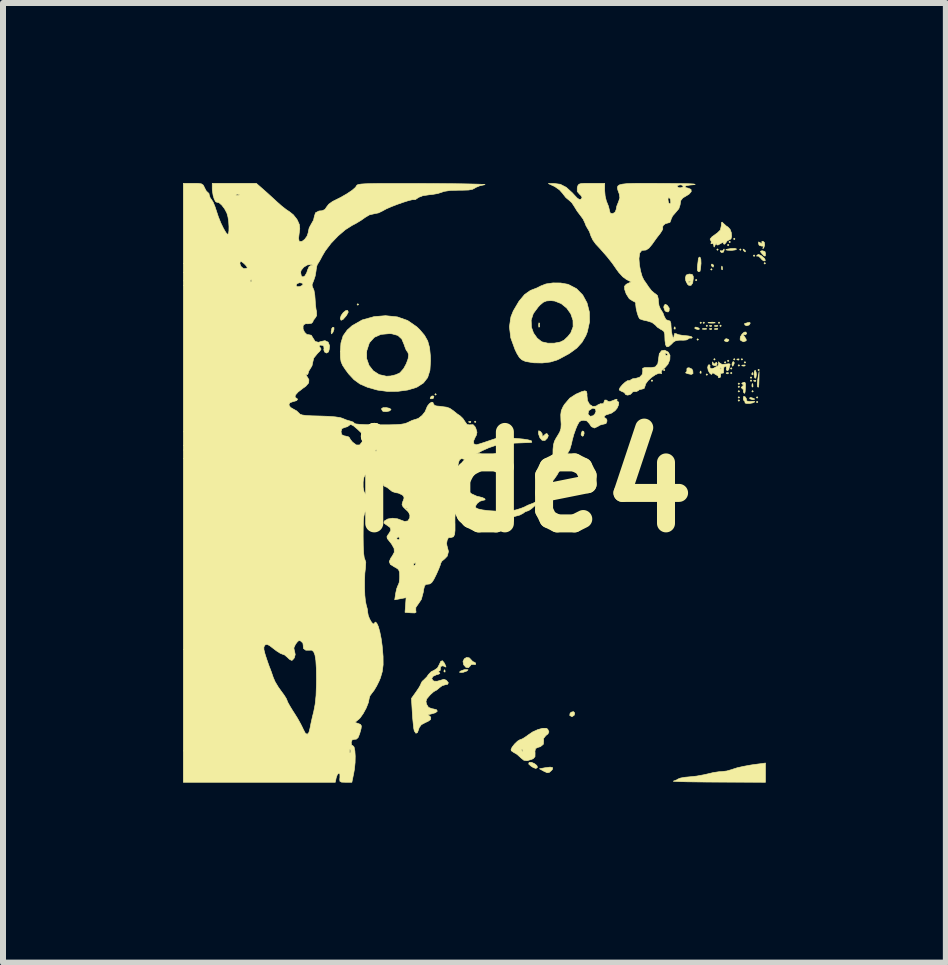
<source format=kicad_pcb>
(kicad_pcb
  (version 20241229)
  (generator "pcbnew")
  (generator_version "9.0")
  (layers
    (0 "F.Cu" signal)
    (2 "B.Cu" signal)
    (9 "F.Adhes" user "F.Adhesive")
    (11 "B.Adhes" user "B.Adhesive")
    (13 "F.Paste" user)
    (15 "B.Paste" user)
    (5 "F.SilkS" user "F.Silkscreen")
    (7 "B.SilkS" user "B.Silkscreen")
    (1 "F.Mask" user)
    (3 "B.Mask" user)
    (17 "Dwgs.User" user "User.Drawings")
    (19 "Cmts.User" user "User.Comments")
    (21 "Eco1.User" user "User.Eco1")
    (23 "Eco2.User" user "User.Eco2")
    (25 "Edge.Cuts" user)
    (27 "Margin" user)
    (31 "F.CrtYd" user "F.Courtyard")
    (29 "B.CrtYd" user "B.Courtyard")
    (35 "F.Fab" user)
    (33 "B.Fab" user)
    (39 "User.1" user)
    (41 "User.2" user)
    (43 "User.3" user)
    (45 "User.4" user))
  (footprint "wilde4"
    (layer "F.Cu")
    (at 4.856 4.983)
    (property "Reference" "wilde4" (at 0 0 0) (layer "F.SilkS") (effects (font (size 1.524 1.524) (thickness 0.3))))
    (attr through_hole)
    (fp_poly (pts (xy -1.93 -2.959) (xy -1.943 -2.946) (xy -1.956 -2.959) (xy -1.943 -2.972) (xy -1.93 -2.959)) (stroke (width 0.01) (type solid)) (fill yes) (layer "F.SilkS"))
    (fp_poly (pts (xy -0.635 -1.46) (xy -0.648 -1.448) (xy -0.66 -1.46) (xy -0.648 -1.473) (xy -0.635 -1.46)) (stroke (width 0.01) (type solid)) (fill yes) (layer "F.SilkS"))
    (fp_poly (pts (xy 0.025 -1.003) (xy 0.013 -0.991) (xy 0 -1.003) (xy 0.013 -1.016) (xy 0.025 -1.003)) (stroke (width 0.01) (type solid)) (fill yes) (layer "F.SilkS"))
    (fp_poly (pts (xy 1.143 0.14) (xy 1.13 0.152) (xy 1.118 0.14) (xy 1.13 0.127) (xy 1.143 0.14)) (stroke (width 0.01) (type solid)) (fill yes) (layer "F.SilkS"))
    (fp_poly (pts (xy 2.972 -1.689) (xy 2.959 -1.676) (xy 2.946 -1.689) (xy 2.959 -1.702) (xy 2.972 -1.689)) (stroke (width 0.01) (type solid)) (fill yes) (layer "F.SilkS"))
    (fp_poly (pts (xy 3.175 -1.867) (xy 3.162 -1.854) (xy 3.15 -1.867) (xy 3.162 -1.88) (xy 3.175 -1.867)) (stroke (width 0.01) (type solid)) (fill yes) (layer "F.SilkS"))
    (fp_poly (pts (xy 3.708 -3.365) (xy 3.696 -3.353) (xy 3.683 -3.365) (xy 3.696 -3.378) (xy 3.708 -3.365)) (stroke (width 0.01) (type solid)) (fill yes) (layer "F.SilkS"))
    (fp_poly (pts (xy 3.734 -2.375) (xy 3.721 -2.362) (xy 3.708 -2.375) (xy 3.721 -2.388) (xy 3.734 -2.375)) (stroke (width 0.01) (type solid)) (fill yes) (layer "F.SilkS"))
    (fp_poly (pts (xy 3.785 -2.654) (xy 3.772 -2.642) (xy 3.759 -2.654) (xy 3.772 -2.667) (xy 3.785 -2.654)) (stroke (width 0.01) (type solid)) (fill yes) (layer "F.SilkS"))
    (fp_poly (pts (xy 3.835 -2.654) (xy 3.823 -2.642) (xy 3.81 -2.654) (xy 3.823 -2.667) (xy 3.835 -2.654)) (stroke (width 0.01) (type solid)) (fill yes) (layer "F.SilkS"))
    (fp_poly (pts (xy 3.886 -2.603) (xy 3.873 -2.591) (xy 3.861 -2.603) (xy 3.873 -2.616) (xy 3.886 -2.603)) (stroke (width 0.01) (type solid)) (fill yes) (layer "F.SilkS"))
    (fp_poly (pts (xy 3.886 -1.791) (xy 3.873 -1.778) (xy 3.861 -1.791) (xy 3.873 -1.803) (xy 3.886 -1.791)) (stroke (width 0.01) (type solid)) (fill yes) (layer "F.SilkS"))
    (fp_poly (pts (xy 3.962 -3.543) (xy 3.95 -3.531) (xy 3.937 -3.543) (xy 3.95 -3.556) (xy 3.962 -3.543)) (stroke (width 0.01) (type solid)) (fill yes) (layer "F.SilkS"))
    (fp_poly (pts (xy 4.013 -2.045) (xy 4 -2.032) (xy 3.988 -2.045) (xy 4 -2.057) (xy 4.013 -2.045)) (stroke (width 0.01) (type solid)) (fill yes) (layer "F.SilkS"))
    (fp_poly (pts (xy 4.064 -3.873) (xy 4.051 -3.861) (xy 4.039 -3.873) (xy 4.051 -3.886) (xy 4.064 -3.873)) (stroke (width 0.01) (type solid)) (fill yes) (layer "F.SilkS"))
    (fp_poly (pts (xy 4.089 -2.654) (xy 4.077 -2.642) (xy 4.064 -2.654) (xy 4.077 -2.667) (xy 4.089 -2.654)) (stroke (width 0.01) (type solid)) (fill yes) (layer "F.SilkS"))
    (fp_poly (pts (xy 4.115 -2.603) (xy 4.102 -2.591) (xy 4.089 -2.603) (xy 4.102 -2.616) (xy 4.115 -2.603)) (stroke (width 0.01) (type solid)) (fill yes) (layer "F.SilkS"))
    (fp_poly (pts (xy 4.191 -1.994) (xy 4.178 -1.981) (xy 4.166 -1.994) (xy 4.178 -2.007) (xy 4.191 -1.994)) (stroke (width 0.01) (type solid)) (fill yes) (layer "F.SilkS"))
    (fp_poly (pts (xy 4.242 -3.95) (xy 4.229 -3.937) (xy 4.216 -3.95) (xy 4.229 -3.962) (xy 4.242 -3.95)) (stroke (width 0.01) (type solid)) (fill yes) (layer "F.SilkS"))
    (fp_poly (pts (xy 4.242 -2.019) (xy 4.229 -2.007) (xy 4.216 -2.019) (xy 4.229 -2.032) (xy 4.242 -2.019)) (stroke (width 0.01) (type solid)) (fill yes) (layer "F.SilkS"))
    (fp_poly (pts (xy 4.267 -4) (xy 4.255 -3.988) (xy 4.242 -4) (xy 4.255 -4.013) (xy 4.267 -4)) (stroke (width 0.01) (type solid)) (fill yes) (layer "F.SilkS"))
    (fp_poly (pts (xy 4.293 -1.892) (xy 4.28 -1.88) (xy 4.267 -1.892) (xy 4.28 -1.905) (xy 4.293 -1.892)) (stroke (width 0.01) (type solid)) (fill yes) (layer "F.SilkS"))
    (fp_poly (pts (xy 4.293 -1.816) (xy 4.28 -1.803) (xy 4.267 -1.816) (xy 4.28 -1.829) (xy 4.293 -1.816)) (stroke (width 0.01) (type solid)) (fill yes) (layer "F.SilkS"))
    (fp_poly (pts (xy 4.343 -4.051) (xy 4.331 -4.039) (xy 4.318 -4.051) (xy 4.331 -4.064) (xy 4.343 -4.051)) (stroke (width 0.01) (type solid)) (fill yes) (layer "F.SilkS"))
    (fp_poly (pts (xy 4.343 -2.045) (xy 4.331 -2.032) (xy 4.318 -2.045) (xy 4.331 -2.057) (xy 4.343 -2.045)) (stroke (width 0.01) (type solid)) (fill yes) (layer "F.SilkS"))
    (fp_poly (pts (xy 4.42 -1.943) (xy 4.407 -1.93) (xy 4.394 -1.943) (xy 4.407 -1.956) (xy 4.42 -1.943)) (stroke (width 0.01) (type solid)) (fill yes) (layer "F.SilkS"))
    (fp_poly (pts (xy 4.42 -1.638) (xy 4.407 -1.626) (xy 4.394 -1.638) (xy 4.407 -1.651) (xy 4.42 -1.638)) (stroke (width 0.01) (type solid)) (fill yes) (layer "F.SilkS"))
    (fp_poly (pts (xy 4.42 -1.587) (xy 4.407 -1.575) (xy 4.394 -1.587) (xy 4.407 -1.6) (xy 4.42 -1.587)) (stroke (width 0.01) (type solid)) (fill yes) (layer "F.SilkS"))
    (fp_poly (pts (xy 4.42 -1.511) (xy 4.407 -1.499) (xy 4.394 -1.511) (xy 4.407 -1.524) (xy 4.42 -1.511)) (stroke (width 0.01) (type solid)) (fill yes) (layer "F.SilkS"))
    (fp_poly (pts (xy 4.42 -1.41) (xy 4.407 -1.397) (xy 4.394 -1.41) (xy 4.407 -1.422) (xy 4.42 -1.41)) (stroke (width 0.01) (type solid)) (fill yes) (layer "F.SilkS"))
    (fp_poly (pts (xy 4.42 -1.359) (xy 4.407 -1.346) (xy 4.394 -1.359) (xy 4.407 -1.372) (xy 4.42 -1.359)) (stroke (width 0.01) (type solid)) (fill yes) (layer "F.SilkS"))
    (fp_poly (pts (xy 4.445 -3.873) (xy 4.432 -3.861) (xy 4.42 -3.873) (xy 4.432 -3.886) (xy 4.445 -3.873)) (stroke (width 0.01) (type solid)) (fill yes) (layer "F.SilkS"))
    (fp_poly (pts (xy 4.47 -2.045) (xy 4.458 -2.032) (xy 4.445 -2.045) (xy 4.458 -2.057) (xy 4.47 -2.045)) (stroke (width 0.01) (type solid)) (fill yes) (layer "F.SilkS"))
    (fp_poly (pts (xy 4.521 -1.994) (xy 4.508 -1.981) (xy 4.496 -1.994) (xy 4.508 -2.007) (xy 4.521 -1.994)) (stroke (width 0.01) (type solid)) (fill yes) (layer "F.SilkS"))
    (fp_poly (pts (xy 4.623 -1.74) (xy 4.61 -1.727) (xy 4.597 -1.74) (xy 4.61 -1.753) (xy 4.623 -1.74)) (stroke (width 0.01) (type solid)) (fill yes) (layer "F.SilkS"))
    (fp_poly (pts (xy 4.623 -1.689) (xy 4.61 -1.676) (xy 4.597 -1.689) (xy 4.61 -1.702) (xy 4.623 -1.689)) (stroke (width 0.01) (type solid)) (fill yes) (layer "F.SilkS"))
    (fp_poly (pts (xy 4.648 -1.511) (xy 4.636 -1.499) (xy 4.623 -1.511) (xy 4.636 -1.524) (xy 4.648 -1.511)) (stroke (width 0.01) (type solid)) (fill yes) (layer "F.SilkS"))
    (fp_poly (pts (xy 4.674 -3.772) (xy 4.661 -3.759) (xy 4.648 -3.772) (xy 4.661 -3.785) (xy 4.674 -3.772)) (stroke (width 0.01) (type solid)) (fill yes) (layer "F.SilkS"))
    (fp_poly (pts (xy 4.724 -1.41) (xy 4.712 -1.397) (xy 4.699 -1.41) (xy 4.712 -1.422) (xy 4.724 -1.41)) (stroke (width 0.01) (type solid)) (fill yes) (layer "F.SilkS"))
    (fp_poly (pts (xy 4.724 -1.333) (xy 4.712 -1.321) (xy 4.699 -1.333) (xy 4.712 -1.346) (xy 4.724 -1.333)) (stroke (width 0.01) (type solid)) (fill yes) (layer "F.SilkS"))
    (fp_poly (pts (xy 4.75 -1.867) (xy 4.737 -1.854) (xy 4.724 -1.867) (xy 4.737 -1.88) (xy 4.75 -1.867)) (stroke (width 0.01) (type solid)) (fill yes) (layer "F.SilkS"))
    (fp_poly (pts (xy 4.851 -3.645) (xy 4.839 -3.632) (xy 4.826 -3.645) (xy 4.839 -3.658) (xy 4.851 -3.645)) (stroke (width 0.01) (type solid)) (fill yes) (layer "F.SilkS"))
    (fp_poly (pts (xy -0.491 3.133) (xy -0.488 3.163) (xy -0.491 3.167) (xy -0.506 3.163) (xy -0.508 3.15) (xy -0.499 3.129) (xy -0.491 3.133)) (stroke (width 0.01) (type solid)) (fill yes) (layer "F.SilkS"))
    (fp_poly (pts (xy -0.059 -1.008) (xy -0.063 -0.992) (xy -0.076 -0.991) (xy -0.097 -1) (xy -0.093 -1.008) (xy -0.063 -1.011) (xy -0.059 -1.008)) (stroke (width 0.01) (type solid)) (fill yes) (layer "F.SilkS"))
    (fp_poly (pts (xy 1.084 -2.648) (xy 1.087 -2.596) (xy 1.084 -2.584) (xy 1.074 -2.581) (xy 1.071 -2.616) (xy 1.075 -2.652) (xy 1.084 -2.648)) (stroke (width 0.01) (type solid)) (fill yes) (layer "F.SilkS"))
    (fp_poly (pts (xy 3.344 -2.582) (xy 3.347 -2.552) (xy 3.344 -2.548) (xy 3.329 -2.552) (xy 3.327 -2.565) (xy 3.337 -2.586) (xy 3.344 -2.582)) (stroke (width 0.01) (type solid)) (fill yes) (layer "F.SilkS"))
    (fp_poly (pts (xy 3.776 -1.846) (xy 3.779 -1.816) (xy 3.776 -1.812) (xy 3.761 -1.815) (xy 3.759 -1.829) (xy 3.768 -1.85) (xy 3.776 -1.846)) (stroke (width 0.01) (type solid)) (fill yes) (layer "F.SilkS"))
    (fp_poly (pts (xy 3.867 -2.557) (xy 3.87 -2.548) (xy 3.835 -2.544) (xy 3.799 -2.548) (xy 3.804 -2.557) (xy 3.856 -2.56) (xy 3.867 -2.557)) (stroke (width 0.01) (type solid)) (fill yes) (layer "F.SilkS"))
    (fp_poly (pts (xy 3.954 -2.608) (xy 3.95 -2.593) (xy 3.937 -2.591) (xy 3.916 -2.6) (xy 3.92 -2.608) (xy 3.95 -2.611) (xy 3.954 -2.608)) (stroke (width 0.01) (type solid)) (fill yes) (layer "F.SilkS"))
    (fp_poly (pts (xy 3.954 -2.557) (xy 3.95 -2.542) (xy 3.937 -2.54) (xy 3.916 -2.549) (xy 3.92 -2.557) (xy 3.95 -2.56) (xy 3.954 -2.557)) (stroke (width 0.01) (type solid)) (fill yes) (layer "F.SilkS"))
    (fp_poly (pts (xy 4.057 -2.606) (xy 4.05 -2.595) (xy 4.024 -2.593) (xy 3.997 -2.599) (xy 4.008 -2.608) (xy 4.048 -2.611) (xy 4.057 -2.606)) (stroke (width 0.01) (type solid)) (fill yes) (layer "F.SilkS"))
    (fp_poly (pts (xy 4.057 -2.555) (xy 4.05 -2.544) (xy 4.024 -2.542) (xy 3.997 -2.548) (xy 4.008 -2.557) (xy 4.048 -2.56) (xy 4.057 -2.555)) (stroke (width 0.01) (type solid)) (fill yes) (layer "F.SilkS"))
    (fp_poly (pts (xy 4.132 -3.586) (xy 4.135 -3.546) (xy 4.13 -3.537) (xy 4.119 -3.545) (xy 4.117 -3.571) (xy 4.123 -3.598) (xy 4.132 -3.586)) (stroke (width 0.01) (type solid)) (fill yes) (layer "F.SilkS"))
    (fp_poly (pts (xy 4.233 -1.82) (xy 4.23 -1.805) (xy 4.216 -1.803) (xy 4.195 -1.813) (xy 4.199 -1.82) (xy 4.23 -1.823) (xy 4.233 -1.82)) (stroke (width 0.01) (type solid)) (fill yes) (layer "F.SilkS"))
    (fp_poly (pts (xy 4.411 -2.049) (xy 4.408 -2.034) (xy 4.394 -2.032) (xy 4.373 -2.041) (xy 4.377 -2.049) (xy 4.407 -2.052) (xy 4.411 -2.049)) (stroke (width 0.01) (type solid)) (fill yes) (layer "F.SilkS"))
    (fp_poly (pts (xy 4.514 -1.946) (xy 4.507 -1.934) (xy 4.481 -1.932) (xy 4.454 -1.939) (xy 4.466 -1.948) (xy 4.505 -1.951) (xy 4.514 -1.946)) (stroke (width 0.01) (type solid)) (fill yes) (layer "F.SilkS"))
    (fp_poly (pts (xy 4.64 -1.82) (xy 4.643 -1.79) (xy 4.64 -1.786) (xy 4.625 -1.79) (xy 4.623 -1.803) (xy 4.632 -1.824) (xy 4.64 -1.82)) (stroke (width 0.01) (type solid)) (fill yes) (layer "F.SilkS"))
    (fp_poly (pts (xy 4.64 -1.63) (xy 4.643 -1.591) (xy 4.638 -1.582) (xy 4.627 -1.589) (xy 4.625 -1.615) (xy 4.631 -1.642) (xy 4.64 -1.63)) (stroke (width 0.01) (type solid)) (fill yes) (layer "F.SilkS"))
    (fp_poly (pts (xy 4.691 -1.693) (xy 4.687 -1.678) (xy 4.674 -1.676) (xy 4.653 -1.686) (xy 4.657 -1.693) (xy 4.687 -1.696) (xy 4.691 -1.693)) (stroke (width 0.01) (type solid)) (fill yes) (layer "F.SilkS"))
    (fp_poly (pts (xy -0.675 -1.425) (xy -0.682 -1.398) (xy -0.699 -1.388) (xy -0.731 -1.387) (xy -0.737 -1.396) (xy -0.72 -1.429) (xy -0.689 -1.436) (xy -0.675 -1.425)) (stroke (width 0.01) (type solid)) (fill yes) (layer "F.SilkS"))
    (fp_poly (pts (xy 4.492 -3.876) (xy 4.519 -3.85) (xy 4.514 -3.836) (xy 4.51 -3.835) (xy 4.489 -3.853) (xy 4.481 -3.865) (xy 4.478 -3.882) (xy 4.492 -3.876)) (stroke (width 0.01) (type solid)) (fill yes) (layer "F.SilkS"))
    (fp_poly (pts (xy 4.623 -1.404) (xy 4.667 -1.387) (xy 4.666 -1.375) (xy 4.637 -1.372) (xy 4.595 -1.386) (xy 4.586 -1.395) (xy 4.594 -1.408) (xy 4.623 -1.404)) (stroke (width 0.01) (type solid)) (fill yes) (layer "F.SilkS"))
    (fp_poly (pts (xy 1.672 3.849) (xy 1.664 3.886) (xy 1.627 3.911) (xy 1.591 3.892) (xy 1.589 3.889) (xy 1.594 3.856) (xy 1.611 3.837) (xy 1.65 3.826) (xy 1.672 3.849)) (stroke (width 0.01) (type solid)) (fill yes) (layer "F.SilkS"))
    (fp_poly (pts (xy 1.823 -0.843) (xy 1.829 -0.814) (xy 1.818 -0.772) (xy 1.803 -0.762) (xy 1.781 -0.782) (xy 1.778 -0.799) (xy 1.793 -0.842) (xy 1.803 -0.851) (xy 1.823 -0.843)) (stroke (width 0.01) (type solid)) (fill yes) (layer "F.SilkS"))
    (fp_poly (pts (xy 3.737 -2.567) (xy 3.752 -2.55) (xy 3.731 -2.54) (xy 3.727 -2.54) (xy 3.683 -2.553) (xy 3.672 -2.563) (xy 3.678 -2.58) (xy 3.695 -2.581) (xy 3.737 -2.567)) (stroke (width 0.01) (type solid)) (fill yes) (layer "F.SilkS"))
    (fp_poly (pts (xy 3.987 -3.614) (xy 3.988 -3.607) (xy 3.979 -3.582) (xy 3.977 -3.581) (xy 3.955 -3.599) (xy 3.95 -3.607) (xy 3.952 -3.63) (xy 3.961 -3.632) (xy 3.987 -3.614)) (stroke (width 0.01) (type solid)) (fill yes) (layer "F.SilkS"))
    (fp_poly (pts (xy 4.007 -2.659) (xy 4.013 -2.652) (xy 3.977 -2.648) (xy 3.95 -2.648) (xy 3.901 -2.651) (xy 3.893 -2.656) (xy 3.906 -2.66) (xy 3.972 -2.664) (xy 4.007 -2.659)) (stroke (width 0.01) (type solid)) (fill yes) (layer "F.SilkS"))
    (fp_poly (pts (xy 4.238 -2.374) (xy 4.242 -2.362) (xy 4.221 -2.34) (xy 4.204 -2.337) (xy 4.17 -2.351) (xy 4.166 -2.362) (xy 4.186 -2.385) (xy 4.204 -2.388) (xy 4.238 -2.374)) (stroke (width 0.01) (type solid)) (fill yes) (layer "F.SilkS"))
    (fp_poly (pts (xy 4.331 -1.988) (xy 4.327 -1.968) (xy 4.309 -1.935) (xy 4.303 -1.93) (xy 4.294 -1.951) (xy 4.293 -1.968) (xy 4.306 -2.002) (xy 4.317 -2.007) (xy 4.331 -1.988)) (stroke (width 0.01) (type solid)) (fill yes) (layer "F.SilkS"))
    (fp_poly (pts (xy 4.843 -3.84) (xy 4.851 -3.808) (xy 4.848 -3.767) (xy 4.83 -3.767) (xy 4.793 -3.805) (xy 4.766 -3.839) (xy 4.778 -3.851) (xy 4.801 -3.854) (xy 4.843 -3.84)) (stroke (width 0.01) (type solid)) (fill yes) (layer "F.SilkS"))
    (fp_poly (pts (xy -2.341 -2.576) (xy -2.34 -2.544) (xy -2.357 -2.497) (xy -2.362 -2.489) (xy -2.381 -2.469) (xy -2.387 -2.494) (xy -2.387 -2.507) (xy -2.377 -2.558) (xy -2.362 -2.578) (xy -2.341 -2.576)) (stroke (width 0.01) (type solid)) (fill yes) (layer "F.SilkS"))
    (fp_poly (pts (xy 4.164 -3.869) (xy 4.151 -3.831) (xy 4.12 -3.823) (xy 4.1 -3.839) (xy 4.097 -3.857) (xy 4.109 -3.852) (xy 4.141 -3.855) (xy 4.149 -3.867) (xy 4.16 -3.884) (xy 4.164 -3.869)) (stroke (width 0.01) (type solid)) (fill yes) (layer "F.SilkS"))
    (fp_poly (pts (xy 4.597 -2.647) (xy 4.578 -2.617) (xy 4.539 -2.604) (xy 4.508 -2.617) (xy 4.502 -2.64) (xy 4.505 -2.642) (xy 4.536 -2.65) (xy 4.557 -2.657) (xy 4.591 -2.658) (xy 4.597 -2.647)) (stroke (width 0.01) (type solid)) (fill yes) (layer "F.SilkS"))
    (fp_poly (pts (xy 4.68 -1.863) (xy 4.695 -1.831) (xy 4.699 -1.789) (xy 4.692 -1.742) (xy 4.68 -1.727) (xy 4.666 -1.749) (xy 4.661 -1.801) (xy 4.666 -1.849) (xy 4.68 -1.863) (xy 4.68 -1.863)) (stroke (width 0.01) (type solid)) (fill yes) (layer "F.SilkS"))
    (fp_poly (pts (xy 4.743 -1.708) (xy 4.74 -1.625) (xy 4.736 -1.584) (xy 4.727 -1.58) (xy 4.716 -1.594) (xy 4.714 -1.628) (xy 4.72 -1.694) (xy 4.725 -1.727) (xy 4.745 -1.841) (xy 4.743 -1.708)) (stroke (width 0.01) (type solid)) (fill yes) (layer "F.SilkS"))
    (fp_poly (pts (xy -1.412 -1.228) (xy -1.39 -1.209) (xy -1.39 -1.206) (xy -1.416 -1.184) (xy -1.467 -1.173) (xy -1.516 -1.176) (xy -1.531 -1.184) (xy -1.55 -1.22) (xy -1.523 -1.239) (xy -1.467 -1.24) (xy -1.412 -1.228)) (stroke (width 0.01) (type solid)) (fill yes) (layer "F.SilkS"))
    (fp_poly (pts (xy -0.106 3.129) (xy -0.12 3.145) (xy -0.127 3.15) (xy -0.185 3.171) (xy -0.216 3.174) (xy -0.249 3.17) (xy -0.236 3.154) (xy -0.229 3.15) (xy -0.171 3.128) (xy -0.14 3.125) (xy -0.106 3.129)) (stroke (width 0.01) (type solid)) (fill yes) (layer "F.SilkS"))
    (fp_poly (pts (xy 1.305 4.761) (xy 1.3 4.79) (xy 1.284 4.808) (xy 1.247 4.84) (xy 1.213 4.845) (xy 1.162 4.822) (xy 1.145 4.813) (xy 1.084 4.779) (xy 1.176 4.762) (xy 1.263 4.751) (xy 1.305 4.761)) (stroke (width 0.01) (type solid)) (fill yes) (layer "F.SilkS"))
    (fp_poly (pts (xy 3.213 -2.946) (xy 3.213 -2.946) (xy 3.247 -2.898) (xy 3.245 -2.852) (xy 3.229 -2.834) (xy 3.196 -2.839) (xy 3.175 -2.857) (xy 3.156 -2.909) (xy 3.16 -2.936) (xy 3.18 -2.963) (xy 3.213 -2.946)) (stroke (width 0.01) (type solid)) (fill yes) (layer "F.SilkS"))
    (fp_poly (pts (xy 3.98 -1.985) (xy 3.998 -1.964) (xy 4.013 -1.98) (xy 4.033 -1.996) (xy 4.045 -1.976) (xy 4.037 -1.945) (xy 4.01 -1.937) (xy 3.971 -1.951) (xy 3.964 -1.976) (xy 3.97 -2.002) (xy 3.98 -1.985)) (stroke (width 0.01) (type solid)) (fill yes) (layer "F.SilkS"))
    (fp_poly (pts (xy -2.102 -2.832) (xy -2.13 -2.779) (xy -2.139 -2.767) (xy -2.189 -2.71) (xy -2.222 -2.695) (xy -2.235 -2.723) (xy -2.235 -2.728) (xy -2.22 -2.776) (xy -2.185 -2.824) (xy -2.143 -2.857) (xy -2.113 -2.86) (xy -2.102 -2.832)) (stroke (width 0.01) (type solid)) (fill yes) (layer "F.SilkS"))
    (fp_poly (pts (xy 1.001 4.693) (xy 1.04 4.724) (xy 1.051 4.753) (xy 1.05 4.756) (xy 1.025 4.774) (xy 0.982 4.759) (xy 0.943 4.734) (xy 0.905 4.7) (xy 0.911 4.676) (xy 0.916 4.672) (xy 0.953 4.672) (xy 1.001 4.693)) (stroke (width 0.01) (type solid)) (fill yes) (layer "F.SilkS"))
    (fp_poly (pts (xy 3.624 -1.883) (xy 3.64 -1.854) (xy 3.643 -1.807) (xy 3.615 -1.793) (xy 3.556 -1.805) (xy 3.52 -1.819) (xy 3.523 -1.826) (xy 3.543 -1.847) (xy 3.54 -1.867) (xy 3.544 -1.898) (xy 3.576 -1.905) (xy 3.624 -1.883)) (stroke (width 0.01) (type solid)) (fill yes) (layer "F.SilkS"))
    (fp_poly (pts (xy 4.368 -3.884) (xy 4.369 -3.881) (xy 4.346 -3.868) (xy 4.292 -3.861) (xy 4.28 -3.861) (xy 4.221 -3.863) (xy 4.192 -3.869) (xy 4.191 -3.871) (xy 4.213 -3.88) (xy 4.268 -3.89) (xy 4.28 -3.891) (xy 4.338 -3.893) (xy 4.368 -3.884)) (stroke (width 0.01) (type solid)) (fill yes) (layer "F.SilkS"))
    (fp_poly (pts (xy 4.775 -3.775) (xy 4.789 -3.766) (xy 4.838 -3.722) (xy 4.849 -3.692) (xy 4.827 -3.683) (xy 4.796 -3.702) (xy 4.768 -3.734) (xy 4.734 -3.765) (xy 4.712 -3.765) (xy 4.703 -3.765) (xy 4.709 -3.778) (xy 4.733 -3.794) (xy 4.775 -3.775)) (stroke (width 0.01) (type solid)) (fill yes) (layer "F.SilkS"))
    (fp_poly (pts (xy 3.761 -3.745) (xy 3.774 -3.711) (xy 3.777 -3.643) (xy 3.768 -3.554) (xy 3.76 -3.512) (xy 3.739 -3.505) (xy 3.732 -3.505) (xy 3.716 -3.528) (xy 3.717 -3.592) (xy 3.718 -3.6) (xy 3.727 -3.672) (xy 3.733 -3.724) (xy 3.733 -3.729) (xy 3.749 -3.749) (xy 3.761 -3.745)) (stroke (width 0.01) (type solid)) (fill yes) (layer "F.SilkS"))
    (fp_poly (pts (xy 4.538 -2.474) (xy 4.519 -2.453) (xy 4.488 -2.455) (xy 4.48 -2.452) (xy 4.502 -2.422) (xy 4.529 -2.379) (xy 4.53 -2.354) (xy 4.484 -2.337) (xy 4.44 -2.358) (xy 4.428 -2.376) (xy 4.432 -2.418) (xy 4.459 -2.464) (xy 4.495 -2.497) (xy 4.525 -2.5) (xy 4.538 -2.474)) (stroke (width 0.01) (type solid)) (fill yes) (layer "F.SilkS"))
    (fp_poly (pts (xy -0.084 2.931) (xy -0.056 2.961) (xy -0.026 2.994) (xy -0.011 2.998) (xy 0.016 3.013) (xy 0.022 3.025) (xy 0.015 3.045) (xy -0.01 3.04) (xy -0.054 3.043) (xy -0.067 3.061) (xy -0.099 3.095) (xy -0.142 3.088) (xy -0.179 3.046) (xy -0.19 2.99) (xy -0.168 2.946) (xy -0.129 2.923) (xy -0.084 2.931)) (stroke (width 0.01) (type solid)) (fill yes) (layer "F.SilkS"))
    (fp_poly (pts (xy 4.518 -1.638) (xy 4.517 -1.574) (xy 4.512 -1.505) (xy 4.505 -1.478) (xy 4.492 -1.486) (xy 4.483 -1.499) (xy 4.481 -1.522) (xy 4.488 -1.524) (xy 4.488 -1.536) (xy 4.47 -1.55) (xy 4.446 -1.574) (xy 4.467 -1.597) (xy 4.488 -1.618) (xy 4.468 -1.631) (xy 4.454 -1.644) (xy 4.479 -1.659) (xy 4.507 -1.663) (xy 4.518 -1.638)) (stroke (width 0.01) (type solid)) (fill yes) (layer "F.SilkS"))
    (fp_poly (pts (xy 1.101 -0.841) (xy 1.105 -0.838) (xy 1.13 -0.803) (xy 1.129 -0.785) (xy 1.132 -0.763) (xy 1.139 -0.762) (xy 1.169 -0.782) (xy 1.174 -0.792) (xy 1.2 -0.808) (xy 1.214 -0.803) (xy 1.232 -0.773) (xy 1.218 -0.735) (xy 1.176 -0.692) (xy 1.128 -0.696) (xy 1.093 -0.735) (xy 1.071 -0.795) (xy 1.067 -0.827) (xy 1.073 -0.855) (xy 1.101 -0.841)) (stroke (width 0.01) (type solid)) (fill yes) (layer "F.SilkS"))
    (fp_poly (pts (xy 4.514 -1.418) (xy 4.535 -1.383) (xy 4.532 -1.369) (xy 4.541 -1.35) (xy 4.586 -1.342) (xy 4.648 -1.346) (xy 4.672 -1.341) (xy 4.668 -1.333) (xy 4.636 -1.318) (xy 4.585 -1.309) (xy 4.537 -1.309) (xy 4.51 -1.317) (xy 4.51 -1.324) (xy 4.509 -1.345) (xy 4.503 -1.346) (xy 4.485 -1.367) (xy 4.481 -1.396) (xy 4.489 -1.429) (xy 4.514 -1.418)) (stroke (width 0.01) (type solid)) (fill yes) (layer "F.SilkS"))
    (fp_poly (pts (xy 4.832 -3.993) (xy 4.838 -3.949) (xy 4.823 -3.904) (xy 4.814 -3.893) (xy 4.805 -3.892) (xy 4.812 -3.907) (xy 4.814 -3.932) (xy 4.787 -3.932) (xy 4.746 -3.945) (xy 4.736 -3.97) (xy 4.736 -4.001) (xy 4.759 -3.991) (xy 4.769 -3.983) (xy 4.797 -3.964) (xy 4.792 -3.981) (xy 4.791 -3.981) (xy 4.791 -4.009) (xy 4.808 -4.013) (xy 4.832 -3.993)) (stroke (width 0.01) (type solid)) (fill yes) (layer "F.SilkS"))
    (fp_poly (pts (xy 3.629 -3.46) (xy 3.647 -3.429) (xy 3.648 -3.392) (xy 3.638 -3.317) (xy 3.61 -3.277) (xy 3.573 -3.278) (xy 3.551 -3.297) (xy 3.528 -3.344) (xy 3.564 -3.344) (xy 3.568 -3.329) (xy 3.581 -3.327) (xy 3.602 -3.337) (xy 3.598 -3.344) (xy 3.568 -3.347) (xy 3.564 -3.344) (xy 3.528 -3.344) (xy 3.522 -3.357) (xy 3.516 -3.401) (xy 3.53 -3.449) (xy 3.575 -3.465) (xy 3.583 -3.466) (xy 3.629 -3.46)) (stroke (width 0.01) (type solid)) (fill yes) (layer "F.SilkS"))
    (fp_poly (pts (xy 4.851 5.004) (xy 4.058 5.001) (xy 3.866 5) (xy 3.693 4.998) (xy 3.547 4.996) (xy 3.431 4.993) (xy 3.352 4.99) (xy 3.315 4.987) (xy 3.315 4.985) (xy 3.373 4.963) (xy 3.397 4.948) (xy 3.437 4.933) (xy 3.511 4.92) (xy 3.587 4.913) (xy 3.702 4.901) (xy 3.823 4.879) (xy 3.885 4.865) (xy 3.982 4.842) (xy 4.076 4.828) (xy 4.117 4.826) (xy 4.204 4.816) (xy 4.296 4.79) (xy 4.308 4.785) (xy 4.38 4.762) (xy 4.483 4.739) (xy 4.598 4.718) (xy 4.629 4.713) (xy 4.851 4.683) (xy 4.851 5.004)) (stroke (width 0.01) (type solid)) (fill yes) (layer "F.SilkS"))
    (fp_poly (pts (xy 4.147 -4.313) (xy 4.196 -4.268) (xy 4.227 -4.248) (xy 4.261 -4.211) (xy 4.282 -4.155) (xy 4.287 -4.095) (xy 4.276 -4.051) (xy 4.253 -4.039) (xy 4.211 -4.018) (xy 4.2 -4) (xy 4.174 -3.967) (xy 4.161 -3.962) (xy 4.149 -3.978) (xy 4.155 -3.99) (xy 4.149 -3.998) (xy 4.112 -3.979) (xy 4.105 -3.975) (xy 4.058 -3.949) (xy 4.039 -3.954) (xy 4.037 -3.966) (xy 4.028 -3.974) (xy 4.013 -3.95) (xy 3.996 -3.916) (xy 3.99 -3.928) (xy 3.99 -3.945) (xy 3.976 -3.976) (xy 3.958 -3.973) (xy 3.941 -3.97) (xy 3.946 -3.982) (xy 3.946 -4.017) (xy 3.937 -4.026) (xy 3.928 -4.049) (xy 3.959 -4.086) (xy 4.033 -4.14) (xy 4.045 -4.147) (xy 4.099 -4.2) (xy 4.115 -4.271) (xy 4.115 -4.273) (xy 4.118 -4.324) (xy 4.129 -4.332) (xy 4.147 -4.313)) (stroke (width 0.01) (type solid)) (fill yes) (layer "F.SilkS"))
    (fp_poly (pts (xy 1.222 4.119) (xy 1.242 4.164) (xy 1.225 4.199) (xy 1.191 4.225) (xy 1.152 4.274) (xy 1.154 4.312) (xy 1.15 4.369) (xy 1.101 4.41) (xy 1.054 4.424) (xy 1.019 4.442) (xy 1.009 4.487) (xy 1.011 4.516) (xy 1.01 4.577) (xy 0.981 4.61) (xy 0.952 4.623) (xy 0.877 4.645) (xy 0.824 4.637) (xy 0.771 4.594) (xy 0.762 4.585) (xy 0.708 4.537) (xy 0.657 4.508) (xy 0.656 4.507) (xy 0.618 4.481) (xy 0.614 4.47) (xy 0.787 4.47) (xy 0.797 4.491) (xy 0.804 4.487) (xy 0.807 4.457) (xy 0.804 4.453) (xy 0.789 4.457) (xy 0.787 4.47) (xy 0.614 4.47) (xy 0.61 4.462) (xy 0.628 4.42) (xy 0.67 4.366) (xy 0.72 4.318) (xy 0.762 4.293) (xy 0.768 4.293) (xy 0.806 4.277) (xy 0.865 4.239) (xy 0.891 4.219) (xy 0.97 4.165) (xy 1.057 4.126) (xy 1.137 4.104) (xy 1.198 4.104) (xy 1.222 4.119)) (stroke (width 0.01) (type solid)) (fill yes) (layer "F.SilkS"))
    (fp_poly (pts (xy 4.086 -1.984) (xy 4.086 -1.984) (xy 4.128 -1.96) (xy 4.191 -1.965) (xy 4.245 -1.972) (xy 4.262 -1.96) (xy 4.257 -1.941) (xy 4.243 -1.893) (xy 4.242 -1.878) (xy 4.222 -1.855) (xy 4.214 -1.854) (xy 4.197 -1.873) (xy 4.2 -1.892) (xy 4.197 -1.925) (xy 4.181 -1.93) (xy 4.156 -1.909) (xy 4.154 -1.865) (xy 4.152 -1.818) (xy 4.127 -1.813) (xy 4.127 -1.813) (xy 4.103 -1.81) (xy 4.105 -1.792) (xy 4.101 -1.751) (xy 4.091 -1.741) (xy 4.069 -1.737) (xy 4.07 -1.744) (xy 4.058 -1.771) (xy 4.051 -1.774) (xy 4.01 -1.797) (xy 3.994 -1.809) (xy 3.967 -1.821) (xy 3.962 -1.805) (xy 3.95 -1.792) (xy 3.924 -1.812) (xy 3.897 -1.858) (xy 3.887 -1.91) (xy 3.897 -1.948) (xy 3.913 -1.956) (xy 3.929 -1.94) (xy 3.925 -1.932) (xy 3.926 -1.902) (xy 3.955 -1.888) (xy 3.97 -1.892) (xy 4.089 -1.892) (xy 4.102 -1.88) (xy 4.115 -1.892) (xy 4.102 -1.905) (xy 4.089 -1.892) (xy 3.97 -1.892) (xy 3.993 -1.899) (xy 3.995 -1.901) (xy 4.038 -1.926) (xy 4.051 -1.93) (xy 4.069 -1.954) (xy 4.069 -1.977) (xy 4.068 -2.004) (xy 4.086 -1.984)) (stroke (width 0.01) (type solid)) (fill yes) (layer "F.SilkS"))
    (fp_poly (pts (xy 1.436 -3.317) (xy 1.555 -3.296) (xy 1.571 -3.29) (xy 1.702 -3.222) (xy 1.805 -3.117) (xy 1.877 -2.985) (xy 1.916 -2.833) (xy 1.919 -2.669) (xy 1.882 -2.502) (xy 1.857 -2.438) (xy 1.794 -2.329) (xy 1.706 -2.232) (xy 1.584 -2.143) (xy 1.421 -2.054) (xy 1.376 -2.033) (xy 1.267 -2) (xy 1.131 -1.984) (xy 0.988 -1.987) (xy 0.86 -2.008) (xy 0.841 -2.014) (xy 0.791 -2.037) (xy 0.75 -2.075) (xy 0.709 -2.142) (xy 0.677 -2.208) (xy 0.606 -2.403) (xy 0.584 -2.586) (xy 0.6 -2.698) (xy 0.946 -2.698) (xy 0.951 -2.579) (xy 0.986 -2.482) (xy 1.047 -2.397) (xy 1.119 -2.34) (xy 1.127 -2.336) (xy 1.223 -2.314) (xy 1.331 -2.314) (xy 1.431 -2.333) (xy 1.494 -2.364) (xy 1.558 -2.425) (xy 1.606 -2.485) (xy 1.645 -2.587) (xy 1.643 -2.696) (xy 1.606 -2.804) (xy 1.538 -2.899) (xy 1.447 -2.973) (xy 1.339 -3.016) (xy 1.275 -3.023) (xy 1.203 -3.018) (xy 1.15 -2.997) (xy 1.095 -2.951) (xy 1.064 -2.918) (xy 0.982 -2.808) (xy 0.946 -2.698) (xy 0.6 -2.698) (xy 0.609 -2.754) (xy 0.648 -2.851) (xy 0.743 -3.012) (xy 0.837 -3.125) (xy 0.931 -3.191) (xy 0.96 -3.203) (xy 1.036 -3.232) (xy 1.099 -3.263) (xy 1.105 -3.267) (xy 1.193 -3.301) (xy 1.309 -3.318) (xy 1.436 -3.317)) (stroke (width 0.01) (type solid)) (fill yes) (layer "F.SilkS"))
    (fp_poly (pts (xy -1.284 -2.752) (xy -1.113 -2.692) (xy -0.961 -2.587) (xy -0.912 -2.54) (xy -0.832 -2.446) (xy -0.778 -2.35) (xy -0.747 -2.238) (xy -0.733 -2.096) (xy -0.731 -2.02) (xy -0.741 -1.862) (xy -0.779 -1.741) (xy -0.849 -1.651) (xy -0.954 -1.583) (xy -0.975 -1.574) (xy -1.112 -1.533) (xy -1.277 -1.511) (xy -1.449 -1.51) (xy -1.608 -1.531) (xy -1.626 -1.535) (xy -1.784 -1.58) (xy -1.906 -1.633) (xy -2.006 -1.705) (xy -2.096 -1.802) (xy -2.148 -1.872) (xy -2.196 -1.944) (xy -2.222 -2.005) (xy -2.233 -2.076) (xy -2.235 -2.168) (xy -2.234 -2.18) (xy -1.796 -2.18) (xy -1.795 -2.056) (xy -1.756 -1.944) (xy -1.685 -1.853) (xy -1.587 -1.79) (xy -1.467 -1.763) (xy -1.397 -1.767) (xy -1.316 -1.786) (xy -1.25 -1.814) (xy -1.236 -1.825) (xy -1.179 -1.89) (xy -1.135 -1.971) (xy -1.105 -2.053) (xy -1.096 -2.123) (xy -1.112 -2.167) (xy -1.117 -2.171) (xy -1.139 -2.204) (xy -1.163 -2.265) (xy -1.168 -2.283) (xy -1.21 -2.383) (xy -1.276 -2.443) (xy -1.375 -2.47) (xy -1.414 -2.473) (xy -1.558 -2.46) (xy -1.667 -2.412) (xy -1.744 -2.327) (xy -1.754 -2.309) (xy -1.796 -2.18) (xy -2.234 -2.18) (xy -2.224 -2.318) (xy -2.188 -2.436) (xy -2.119 -2.533) (xy -2.037 -2.606) (xy -1.87 -2.701) (xy -1.673 -2.756) (xy -1.481 -2.772) (xy -1.284 -2.752)) (stroke (width 0.01) (type solid)) (fill yes) (layer "F.SilkS"))
    (fp_poly (pts (xy 3.232 -2.164) (xy 3.26 -2.111) (xy 3.257 -2.039) (xy 3.226 -1.964) (xy 3.172 -1.902) (xy 3.159 -1.892) (xy 3.118 -1.853) (xy 3.115 -1.821) (xy 3.12 -1.804) (xy 3.112 -1.809) (xy 3.074 -1.813) (xy 3.016 -1.788) (xy 2.951 -1.743) (xy 2.893 -1.689) (xy 2.854 -1.635) (xy 2.845 -1.602) (xy 2.828 -1.558) (xy 2.795 -1.549) (xy 2.746 -1.537) (xy 2.729 -1.522) (xy 2.695 -1.506) (xy 2.676 -1.509) (xy 2.637 -1.502) (xy 2.625 -1.485) (xy 2.597 -1.459) (xy 2.555 -1.448) (xy 2.521 -1.456) (xy 2.515 -1.47) (xy 2.493 -1.494) (xy 2.464 -1.506) (xy 2.423 -1.526) (xy 2.413 -1.541) (xy 2.429 -1.576) (xy 2.468 -1.622) (xy 2.514 -1.664) (xy 2.552 -1.689) (xy 2.565 -1.689) (xy 2.596 -1.693) (xy 2.603 -1.701) (xy 2.638 -1.721) (xy 2.688 -1.727) (xy 2.753 -1.746) (xy 2.797 -1.793) (xy 2.807 -1.852) (xy 2.804 -1.866) (xy 2.804 -1.895) (xy 2.84 -1.908) (xy 2.916 -1.908) (xy 2.941 -1.906) (xy 3.015 -1.918) (xy 3.057 -1.971) (xy 3.068 -2.046) (xy 3.081 -2.135) (xy 3.175 -2.135) (xy 3.193 -2.109) (xy 3.2 -2.108) (xy 3.225 -2.117) (xy 3.226 -2.119) (xy 3.208 -2.141) (xy 3.2 -2.146) (xy 3.177 -2.144) (xy 3.175 -2.135) (xy 3.081 -2.135) (xy 3.082 -2.137) (xy 3.118 -2.188) (xy 3.172 -2.197) (xy 3.232 -2.164)) (stroke (width 0.01) (type solid)) (fill yes) (layer "F.SilkS"))
    (fp_poly (pts (xy -0.5 3.018) (xy -0.489 3.041) (xy -0.473 3.082) (xy -0.483 3.083) (xy -0.486 3.08) (xy -0.526 3.062) (xy -0.561 3.074) (xy -0.569 3.109) (xy -0.567 3.114) (xy -0.572 3.145) (xy -0.588 3.15) (xy -0.609 3.155) (xy -0.587 3.173) (xy -0.575 3.191) (xy -0.608 3.207) (xy -0.632 3.212) (xy -0.689 3.238) (xy -0.711 3.274) (xy -0.691 3.308) (xy -0.671 3.319) (xy -0.62 3.32) (xy -0.567 3.305) (xy -0.508 3.288) (xy -0.467 3.304) (xy -0.434 3.346) (xy -0.447 3.372) (xy -0.483 3.378) (xy -0.538 3.395) (xy -0.584 3.429) (xy -0.627 3.466) (xy -0.654 3.48) (xy -0.682 3.497) (xy -0.729 3.539) (xy -0.747 3.558) (xy -0.794 3.614) (xy -0.807 3.659) (xy -0.797 3.704) (xy -0.765 3.756) (xy -0.706 3.778) (xy -0.69 3.78) (xy -0.631 3.795) (xy -0.618 3.819) (xy -0.649 3.845) (xy -0.713 3.864) (xy -0.762 3.875) (xy -0.775 3.882) (xy -0.771 3.883) (xy -0.738 3.907) (xy -0.727 3.926) (xy -0.731 3.959) (xy -0.775 3.99) (xy -0.812 4.006) (xy -0.885 4.045) (xy -0.921 4.095) (xy -0.928 4.118) (xy -0.949 4.176) (xy -0.975 4.187) (xy -1.001 4.149) (xy -1.002 4.147) (xy -1.011 4.104) (xy -1.02 4.023) (xy -1.03 3.919) (xy -1.034 3.854) (xy -1.049 3.606) (xy -0.969 3.494) (xy -0.924 3.427) (xy -0.895 3.375) (xy -0.889 3.356) (xy -0.87 3.322) (xy -0.842 3.297) (xy -0.792 3.247) (xy -0.767 3.21) (xy -0.72 3.161) (xy -0.676 3.14) (xy -0.617 3.101) (xy -0.588 3.048) (xy -0.56 2.988) (xy -0.532 2.978) (xy -0.5 3.018)) (stroke (width 0.01) (type solid)) (fill yes) (layer "F.SilkS"))
    (fp_poly (pts (xy 1.869 -1.508) (xy 1.877 -1.467) (xy 1.876 -1.44) (xy 1.885 -1.356) (xy 1.92 -1.293) (xy 1.971 -1.26) (xy 2.028 -1.265) (xy 2.06 -1.287) (xy 2.104 -1.306) (xy 2.124 -1.303) (xy 2.154 -1.31) (xy 2.159 -1.331) (xy 2.174 -1.367) (xy 2.206 -1.364) (xy 2.222 -1.346) (xy 2.255 -1.338) (xy 2.316 -1.361) (xy 2.362 -1.38) (xy 2.378 -1.378) (xy 2.376 -1.374) (xy 2.375 -1.349) (xy 2.385 -1.346) (xy 2.406 -1.328) (xy 2.402 -1.284) (xy 2.378 -1.23) (xy 2.344 -1.189) (xy 2.285 -1.148) (xy 2.231 -1.13) (xy 2.189 -1.117) (xy 2.163 -1.093) (xy 2.163 -1.072) (xy 2.182 -1.067) (xy 2.205 -1.046) (xy 2.21 -1.016) (xy 2.193 -0.974) (xy 2.155 -0.965) (xy 2.091 -0.948) (xy 2.057 -0.926) (xy 2 -0.9) (xy 1.949 -0.923) (xy 1.917 -0.972) (xy 1.875 -1.018) (xy 1.82 -1.029) (xy 1.777 -1.023) (xy 1.745 -0.999) (xy 1.715 -0.945) (xy 1.691 -0.888) (xy 1.656 -0.79) (xy 1.629 -0.69) (xy 1.619 -0.641) (xy 1.59 -0.542) (xy 1.539 -0.455) (xy 1.497 -0.398) (xy 1.474 -0.352) (xy 1.473 -0.344) (xy 1.463 -0.303) (xy 1.438 -0.235) (xy 1.423 -0.2) (xy 1.38 -0.121) (xy 1.327 -0.045) (xy 1.269 0.022) (xy 1.215 0.073) (xy 1.172 0.099) (xy 1.147 0.095) (xy 1.143 0.078) (xy 1.156 0.045) (xy 1.188 -0.016) (xy 1.226 -0.079) (xy 1.266 -0.148) (xy 1.291 -0.207) (xy 1.303 -0.273) (xy 1.308 -0.362) (xy 1.309 -0.432) (xy 1.31 -0.544) (xy 1.318 -0.621) (xy 1.334 -0.679) (xy 1.363 -0.734) (xy 1.381 -0.762) (xy 1.422 -0.831) (xy 1.442 -0.891) (xy 1.446 -0.964) (xy 1.442 -1.026) (xy 1.439 -1.121) (xy 1.441 -1.137) (xy 1.894 -1.137) (xy 1.897 -1.126) (xy 1.93 -1.095) (xy 1.976 -1.104) (xy 2.006 -1.13) (xy 2.027 -1.179) (xy 2.015 -1.218) (xy 1.977 -1.231) (xy 1.963 -1.227) (xy 1.905 -1.189) (xy 1.894 -1.137) (xy 1.441 -1.137) (xy 1.448 -1.189) (xy 1.477 -1.254) (xy 1.5 -1.292) (xy 1.59 -1.398) (xy 1.692 -1.464) (xy 1.785 -1.505) (xy 1.841 -1.52) (xy 1.869 -1.508)) (stroke (width 0.01) (type solid)) (fill yes) (layer "F.SilkS"))
    (fp_poly (pts (xy 1.952 -4.978) (xy 2.172 -4.978) (xy 2.171 -4.858) (xy 2.179 -4.766) (xy 2.199 -4.683) (xy 2.208 -4.661) (xy 2.235 -4.594) (xy 2.248 -4.54) (xy 2.248 -4.54) (xy 2.26 -4.493) (xy 2.268 -4.48) (xy 2.304 -4.472) (xy 2.343 -4.496) (xy 2.362 -4.538) (xy 2.362 -4.542) (xy 2.373 -4.598) (xy 2.4 -4.665) (xy 2.415 -4.708) (xy 3.226 -4.708) (xy 3.234 -4.658) (xy 3.251 -4.634) (xy 3.268 -4.647) (xy 3.273 -4.661) (xy 3.266 -4.714) (xy 3.254 -4.732) (xy 3.232 -4.741) (xy 3.226 -4.708) (xy 2.415 -4.708) (xy 2.424 -4.735) (xy 2.414 -4.802) (xy 2.408 -4.818) (xy 2.391 -4.865) (xy 2.383 -4.903) (xy 2.389 -4.928) (xy 3.378 -4.928) (xy 3.399 -4.907) (xy 3.429 -4.902) (xy 3.47 -4.913) (xy 3.48 -4.928) (xy 3.459 -4.948) (xy 3.429 -4.953) (xy 3.388 -4.942) (xy 3.378 -4.928) (xy 2.389 -4.928) (xy 2.39 -4.931) (xy 2.415 -4.951) (xy 2.465 -4.964) (xy 2.545 -4.973) (xy 2.66 -4.977) (xy 2.814 -4.978) (xy 3.013 -4.978) (xy 3.05 -4.977) (xy 3.273 -4.976) (xy 3.448 -4.974) (xy 3.574 -4.971) (xy 3.652 -4.967) (xy 3.68 -4.961) (xy 3.658 -4.955) (xy 3.586 -4.948) (xy 3.526 -4.937) (xy 3.507 -4.92) (xy 3.534 -4.903) (xy 3.562 -4.898) (xy 3.61 -4.877) (xy 3.614 -4.84) (xy 3.578 -4.798) (xy 3.543 -4.776) (xy 3.473 -4.734) (xy 3.439 -4.69) (xy 3.429 -4.629) (xy 3.429 -4.622) (xy 3.407 -4.555) (xy 3.353 -4.491) (xy 3.304 -4.435) (xy 3.278 -4.381) (xy 3.277 -4.371) (xy 3.259 -4.327) (xy 3.229 -4.318) (xy 3.182 -4.305) (xy 3.145 -4.274) (xy 3.135 -4.242) (xy 3.14 -4.234) (xy 3.136 -4.207) (xy 3.106 -4.158) (xy 3.096 -4.143) (xy 3.043 -4.075) (xy 2.983 -3.992) (xy 2.963 -3.963) (xy 2.909 -3.898) (xy 2.862 -3.867) (xy 2.849 -3.865) (xy 2.79 -3.86) (xy 2.755 -3.815) (xy 2.743 -3.729) (xy 2.743 -3.716) (xy 2.75 -3.62) (xy 2.769 -3.518) (xy 2.795 -3.427) (xy 2.824 -3.367) (xy 2.825 -3.365) (xy 2.851 -3.329) (xy 2.891 -3.27) (xy 2.903 -3.251) (xy 2.952 -3.188) (xy 3.003 -3.144) (xy 3.013 -3.139) (xy 3.051 -3.108) (xy 3.065 -3.049) (xy 3.066 -3.018) (xy 3.076 -2.942) (xy 3.101 -2.882) (xy 3.106 -2.876) (xy 3.143 -2.817) (xy 3.163 -2.762) (xy 3.193 -2.706) (xy 3.229 -2.692) (xy 3.26 -2.683) (xy 3.274 -2.647) (xy 3.278 -2.584) (xy 3.285 -2.504) (xy 3.298 -2.437) (xy 3.302 -2.426) (xy 3.319 -2.392) (xy 3.324 -2.405) (xy 3.326 -2.434) (xy 3.336 -2.475) (xy 3.359 -2.473) (xy 3.4 -2.456) (xy 3.467 -2.444) (xy 3.562 -2.435) (xy 3.613 -2.425) (xy 3.632 -2.408) (xy 3.617 -2.396) (xy 3.609 -2.399) (xy 3.576 -2.396) (xy 3.568 -2.386) (xy 3.532 -2.367) (xy 3.484 -2.363) (xy 3.426 -2.364) (xy 3.397 -2.362) (xy 3.355 -2.353) (xy 3.351 -2.353) (xy 3.317 -2.332) (xy 3.281 -2.295) (xy 3.239 -2.259) (xy 3.207 -2.253) (xy 3.186 -2.286) (xy 3.176 -2.359) (xy 3.175 -2.39) (xy 3.172 -2.468) (xy 3.157 -2.511) (xy 3.126 -2.534) (xy 3.114 -2.539) (xy 3.051 -2.579) (xy 3.016 -2.616) (xy 2.96 -2.659) (xy 2.88 -2.684) (xy 2.809 -2.7) (xy 2.759 -2.718) (xy 2.753 -2.722) (xy 2.733 -2.758) (xy 2.712 -2.823) (xy 2.695 -2.897) (xy 2.688 -2.96) (xy 2.689 -2.98) (xy 2.672 -3.003) (xy 2.644 -3.015) (xy 2.581 -3.055) (xy 2.53 -3.135) (xy 2.505 -3.207) (xy 2.501 -3.262) (xy 2.53 -3.295) (xy 2.551 -3.306) (xy 2.614 -3.335) (xy 2.533 -3.376) (xy 2.473 -3.42) (xy 2.408 -3.491) (xy 2.37 -3.543) (xy 2.299 -3.645) (xy 2.212 -3.755) (xy 2.099 -3.884) (xy 2.026 -3.962) (xy 1.976 -4.03) (xy 1.943 -4.098) (xy 1.94 -4.107) (xy 1.917 -4.174) (xy 1.892 -4.216) (xy 1.86 -4.271) (xy 1.842 -4.318) (xy 1.811 -4.383) (xy 1.765 -4.445) (xy 1.712 -4.515) (xy 1.666 -4.59) (xy 1.624 -4.654) (xy 1.576 -4.698) (xy 1.573 -4.7) (xy 1.524 -4.741) (xy 1.476 -4.802) (xy 1.474 -4.806) (xy 1.419 -4.868) (xy 1.344 -4.921) (xy 1.329 -4.929) (xy 1.232 -4.974) (xy 1.324 -4.976) (xy 1.432 -4.962) (xy 1.531 -4.911) (xy 1.633 -4.818) (xy 1.653 -4.796) (xy 1.711 -4.734) (xy 1.749 -4.708) (xy 1.776 -4.714) (xy 1.78 -4.717) (xy 1.795 -4.746) (xy 1.771 -4.78) (xy 1.755 -4.794) (xy 1.714 -4.842) (xy 1.714 -4.902) (xy 1.715 -4.909) (xy 1.726 -4.942) (xy 1.743 -4.963) (xy 1.778 -4.974) (xy 1.842 -4.978) (xy 1.946 -4.978) (xy 1.952 -4.978)) (stroke (width 0.01) (type solid)) (fill yes) (layer "F.SilkS"))
    (fp_poly (pts (xy -4.601 -4.977) (xy -4.549 -4.969) (xy -4.52 -4.949) (xy -4.5 -4.912) (xy -4.496 -4.902) (xy -4.468 -4.85) (xy -4.443 -4.826) (xy -4.442 -4.826) (xy -4.422 -4.805) (xy -4.42 -4.786) (xy -4.403 -4.736) (xy -4.382 -4.708) (xy -4.354 -4.664) (xy -4.323 -4.589) (xy -4.302 -4.526) (xy -4.268 -4.423) (xy -4.226 -4.318) (xy -4.181 -4.225) (xy -4.141 -4.157) (xy -4.115 -4.128) (xy -4.099 -4.138) (xy -4.091 -4.186) (xy -4.09 -4.257) (xy -4.095 -4.339) (xy -4.107 -4.418) (xy -4.125 -4.481) (xy -4.125 -4.482) (xy -4.164 -4.555) (xy -4.212 -4.617) (xy -4.258 -4.656) (xy -4.291 -4.662) (xy -4.313 -4.672) (xy -4.337 -4.719) (xy -4.355 -4.781) (xy -3.977 -4.781) (xy -3.952 -4.777) (xy -3.919 -4.782) (xy -3.918 -4.791) (xy -3.952 -4.797) (xy -3.967 -4.793) (xy -3.977 -4.781) (xy -4.355 -4.781) (xy -4.356 -4.788) (xy -4.368 -4.864) (xy -4.369 -4.893) (xy -4.369 -4.978) (xy -3.635 -4.978) (xy -3.526 -4.883) (xy -3.446 -4.812) (xy -3.353 -4.727) (xy -3.289 -4.668) (xy -3.211 -4.599) (xy -3.134 -4.539) (xy -3.082 -4.505) (xy -3.018 -4.454) (xy -2.96 -4.381) (xy -2.95 -4.364) (xy -2.917 -4.29) (xy -2.91 -4.222) (xy -2.92 -4.146) (xy -2.93 -4.061) (xy -2.921 -4.016) (xy -2.913 -4.008) (xy -2.873 -4.01) (xy -2.828 -4.044) (xy -2.789 -4.098) (xy -2.769 -4.157) (xy -2.769 -4.167) (xy -2.753 -4.236) (xy -2.718 -4.3) (xy -2.681 -4.365) (xy -2.667 -4.427) (xy -2.648 -4.487) (xy -2.59 -4.517) (xy -2.537 -4.521) (xy -2.49 -4.543) (xy -2.465 -4.581) (xy -2.428 -4.629) (xy -2.365 -4.675) (xy -2.345 -4.685) (xy -2.229 -4.743) (xy -2.123 -4.804) (xy -2.037 -4.862) (xy -1.982 -4.91) (xy -1.967 -4.933) (xy -1.961 -4.944) (xy -1.948 -4.953) (xy -1.924 -4.96) (xy -1.883 -4.966) (xy -1.822 -4.97) (xy -1.736 -4.973) (xy -1.621 -4.975) (xy -1.472 -4.976) (xy -1.285 -4.976) (xy -1.055 -4.976) (xy -0.83 -4.975) (xy -0.602 -4.974) (xy -0.395 -4.972) (xy -0.212 -4.97) (xy -0.06 -4.967) (xy 0.059 -4.964) (xy 0.139 -4.961) (xy 0.177 -4.958) (xy 0.173 -4.955) (xy 0.091 -4.937) (xy 0.025 -4.91) (xy 0.008 -4.899) (xy -0.032 -4.878) (xy -0.098 -4.866) (xy -0.201 -4.863) (xy -0.254 -4.863) (xy -0.403 -4.859) (xy -0.507 -4.843) (xy -0.542 -4.83) (xy -0.61 -4.808) (xy -0.702 -4.792) (xy -0.754 -4.787) (xy -0.861 -4.771) (xy -0.934 -4.742) (xy -0.942 -4.735) (xy -0.983 -4.707) (xy -1.005 -4.705) (xy -1.035 -4.705) (xy -1.1 -4.689) (xy -1.188 -4.661) (xy -1.285 -4.627) (xy -1.381 -4.59) (xy -1.464 -4.554) (xy -1.52 -4.524) (xy -1.524 -4.521) (xy -1.598 -4.485) (xy -1.672 -4.47) (xy -1.75 -4.452) (xy -1.823 -4.408) (xy -1.889 -4.361) (xy -1.977 -4.308) (xy -2.035 -4.278) (xy -2.149 -4.206) (xy -2.271 -4.102) (xy -2.388 -3.98) (xy -2.485 -3.853) (xy -2.533 -3.772) (xy -2.571 -3.7) (xy -2.602 -3.648) (xy -2.614 -3.632) (xy -2.626 -3.601) (xy -2.637 -3.539) (xy -2.639 -3.518) (xy -2.654 -3.431) (xy -2.68 -3.353) (xy -2.684 -3.345) (xy -2.706 -3.286) (xy -2.698 -3.246) (xy -2.691 -3.236) (xy -2.673 -3.192) (xy -2.66 -3.116) (xy -2.655 -3.054) (xy -2.649 -2.96) (xy -2.639 -2.878) (xy -2.631 -2.842) (xy -2.629 -2.773) (xy -2.652 -2.736) (xy -2.685 -2.693) (xy -2.692 -2.669) (xy -2.715 -2.645) (xy -2.774 -2.637) (xy -2.81 -2.639) (xy -2.843 -2.622) (xy -2.855 -2.6) (xy -2.855 -2.549) (xy -2.83 -2.496) (xy -2.792 -2.459) (xy -2.756 -2.454) (xy -2.718 -2.446) (xy -2.694 -2.406) (xy -2.654 -2.343) (xy -2.598 -2.328) (xy -2.558 -2.342) (xy -2.49 -2.356) (xy -2.437 -2.331) (xy -2.414 -2.273) (xy -2.413 -2.265) (xy -2.421 -2.203) (xy -2.433 -2.167) (xy -2.464 -2.149) (xy -2.496 -2.166) (xy -2.51 -2.203) (xy -2.506 -2.221) (xy -2.51 -2.264) (xy -2.529 -2.277) (xy -2.571 -2.282) (xy -2.589 -2.264) (xy -2.568 -2.237) (xy -2.555 -2.215) (xy -2.577 -2.18) (xy -2.613 -2.145) (xy -2.677 -2.066) (xy -2.692 -2.004) (xy -2.706 -1.938) (xy -2.731 -1.896) (xy -2.762 -1.846) (xy -2.769 -1.816) (xy -2.781 -1.789) (xy -2.8 -1.794) (xy -2.813 -1.795) (xy -2.795 -1.768) (xy -2.758 -1.705) (xy -2.762 -1.652) (xy -2.809 -1.597) (xy -2.858 -1.562) (xy -2.938 -1.5) (xy -2.983 -1.449) (xy -2.989 -1.413) (xy -2.973 -1.402) (xy -2.946 -1.381) (xy -2.962 -1.357) (xy -3.013 -1.342) (xy -3.016 -1.342) (xy -3.076 -1.321) (xy -3.092 -1.284) (xy -3.064 -1.243) (xy -3.023 -1.219) (xy -2.962 -1.185) (xy -2.923 -1.147) (xy -2.922 -1.146) (xy -2.904 -1.129) (xy -2.867 -1.117) (xy -2.803 -1.108) (xy -2.703 -1.103) (xy -2.58 -1.1) (xy -2.438 -1.095) (xy -2.321 -1.086) (xy -2.238 -1.074) (xy -2.203 -1.063) (xy -2.135 -1.035) (xy -2.07 -1.016) (xy -2.018 -0.998) (xy -1.998 -0.976) (xy -1.998 -0.976) (xy -1.975 -0.968) (xy -1.909 -0.961) (xy -1.807 -0.956) (xy -1.676 -0.953) (xy -1.592 -0.953) (xy -1.431 -0.953) (xy -1.312 -0.956) (xy -1.226 -0.962) (xy -1.166 -0.972) (xy -1.121 -0.987) (xy -1.1 -0.997) (xy -1.038 -1.027) (xy -0.993 -1.041) (xy -0.989 -1.041) (xy -0.933 -1.061) (xy -0.871 -1.11) (xy -0.822 -1.172) (xy -0.805 -1.212) (xy -0.784 -1.263) (xy -0.751 -1.305) (xy -0.716 -1.33) (xy -0.691 -1.328) (xy -0.686 -1.308) (xy -0.664 -1.277) (xy -0.629 -1.267) (xy -0.572 -1.262) (xy -0.546 -1.258) (xy -0.501 -1.252) (xy -0.467 -1.248) (xy -0.411 -1.229) (xy -0.351 -1.188) (xy -0.35 -1.187) (xy -0.29 -1.138) (xy -0.238 -1.103) (xy -0.192 -1.059) (xy -0.157 -1.007) (xy -0.123 -0.959) (xy -0.078 -0.952) (xy -0.066 -0.954) (xy -0.021 -0.955) (xy 0.01 -0.922) (xy 0.025 -0.891) (xy 0.043 -0.829) (xy 0.032 -0.779) (xy 0.014 -0.747) (xy -0.014 -0.683) (xy -0.01 -0.637) (xy 0.026 -0.62) (xy 0.043 -0.623) (xy 0.088 -0.636) (xy 0.166 -0.661) (xy 0.26 -0.693) (xy 0.275 -0.698) (xy 0.365 -0.728) (xy 0.436 -0.747) (xy 0.476 -0.752) (xy 0.479 -0.752) (xy 0.511 -0.745) (xy 0.581 -0.736) (xy 0.675 -0.728) (xy 0.711 -0.725) (xy 0.812 -0.716) (xy 0.894 -0.703) (xy 0.944 -0.689) (xy 0.951 -0.685) (xy 0.957 -0.663) (xy 0.939 -0.659) (xy 0.897 -0.657) (xy 0.82 -0.654) (xy 0.72 -0.65) (xy 0.685 -0.649) (xy 0.568 -0.641) (xy 0.455 -0.628) (xy 0.367 -0.613) (xy 0.355 -0.61) (xy 0.242 -0.572) (xy 0.128 -0.521) (xy 0.029 -0.466) (xy -0.041 -0.414) (xy -0.055 -0.399) (xy -0.093 -0.363) (xy -0.135 -0.364) (xy -0.162 -0.375) (xy -0.212 -0.391) (xy -0.242 -0.375) (xy -0.256 -0.351) (xy -0.271 -0.295) (xy -0.276 -0.207) (xy -0.274 -0.145) (xy -0.265 -0.058) (xy -0.246 0.002) (xy -0.209 0.055) (xy -0.146 0.117) (xy -0.049 0.196) (xy 0.041 0.237) (xy 0.074 0.244) (xy 0.136 0.26) (xy 0.174 0.28) (xy 0.179 0.297) (xy 0.145 0.305) (xy 0.143 0.305) (xy 0.091 0.321) (xy 0.045 0.358) (xy 0.019 0.401) (xy 0.022 0.428) (xy 0.06 0.448) (xy 0.136 0.465) (xy 0.24 0.478) (xy 0.357 0.485) (xy 0.478 0.486) (xy 0.589 0.48) (xy 0.678 0.468) (xy 0.699 0.463) (xy 0.776 0.439) (xy 0.834 0.416) (xy 0.851 0.407) (xy 0.89 0.387) (xy 0.955 0.362) (xy 0.969 0.358) (xy 1.044 0.319) (xy 1.079 0.272) (xy 1.095 0.237) (xy 1.11 0.25) (xy 1.11 0.252) (xy 1.1 0.286) (xy 1.062 0.337) (xy 1.008 0.395) (xy 0.95 0.446) (xy 0.901 0.478) (xy 0.882 0.483) (xy 0.843 0.498) (xy 0.811 0.522) (xy 0.755 0.551) (xy 0.659 0.577) (xy 0.534 0.598) (xy 0.391 0.613) (xy 0.24 0.62) (xy 0.178 0.62) (xy 0.023 0.616) (xy -0.089 0.607) (xy -0.168 0.592) (xy -0.223 0.57) (xy -0.25 0.55) (xy -0.292 0.518) (xy -0.313 0.508) (xy -0.32 0.531) (xy -0.324 0.593) (xy -0.324 0.681) (xy -0.323 0.699) (xy -0.323 0.807) (xy -0.33 0.873) (xy -0.347 0.908) (xy -0.354 0.914) (xy -0.397 0.927) (xy -0.412 0.924) (xy -0.435 0.931) (xy -0.454 0.97) (xy -0.463 1.023) (xy -0.456 1.069) (xy -0.454 1.071) (xy -0.432 1.158) (xy -0.452 1.235) (xy -0.495 1.28) (xy -0.541 1.318) (xy -0.559 1.349) (xy -0.569 1.384) (xy -0.595 1.451) (xy -0.632 1.535) (xy -0.634 1.539) (xy -0.678 1.627) (xy -0.712 1.677) (xy -0.746 1.699) (xy -0.771 1.702) (xy -0.809 1.707) (xy -0.831 1.732) (xy -0.845 1.789) (xy -0.851 1.833) (xy -0.884 1.956) (xy -0.931 2.026) (xy -0.976 2.09) (xy -0.977 2.137) (xy -0.972 2.17) (xy -0.994 2.182) (xy -1.053 2.18) (xy -1.058 2.18) (xy -1.156 2.172) (xy -1.147 2.049) (xy -1.138 1.927) (xy -1.233 1.945) (xy -1.328 1.963) (xy -1.311 1.851) (xy -1.295 1.778) (xy -1.275 1.726) (xy -1.269 1.716) (xy -1.254 1.677) (xy -1.246 1.609) (xy -1.245 1.574) (xy -1.248 1.5) (xy -1.265 1.458) (xy -1.307 1.428) (xy -1.333 1.415) (xy -1.399 1.373) (xy -1.4 1.372) (xy -1.016 1.372) (xy -1.007 1.396) (xy -1.005 1.397) (xy -0.983 1.379) (xy -0.978 1.372) (xy -0.98 1.348) (xy -0.989 1.346) (xy -1.015 1.365) (xy -1.016 1.372) (xy -1.4 1.372) (xy -1.419 1.327) (xy -1.393 1.267) (xy -1.37 1.235) (xy -1.335 1.171) (xy -1.338 1.107) (xy -1.382 1.03) (xy -1.411 0.994) (xy -1.45 0.944) (xy -1.451 0.94) (xy -1.295 0.94) (xy -1.276 0.964) (xy -1.27 0.965) (xy -1.245 0.946) (xy -1.245 0.94) (xy -1.264 0.915) (xy -1.27 0.914) (xy -1.295 0.934) (xy -1.295 0.94) (xy -1.451 0.94) (xy -1.458 0.912) (xy -1.437 0.875) (xy -1.424 0.859) (xy -1.392 0.803) (xy -1.404 0.759) (xy -1.461 0.717) (xy -1.468 0.713) (xy -1.508 0.684) (xy -1.503 0.653) (xy -1.499 0.649) (xy -1.444 0.616) (xy -1.364 0.603) (xy -1.281 0.613) (xy -1.247 0.626) (xy -1.163 0.657) (xy -1.108 0.648) (xy -1.077 0.597) (xy -1.077 0.596) (xy -1.075 0.544) (xy -1.102 0.497) (xy -1.141 0.459) (xy -1.156 0.445) (xy -1.143 0.445) (xy -1.13 0.457) (xy -1.118 0.445) (xy -1.13 0.432) (xy -1.143 0.445) (xy -1.156 0.445) (xy -1.19 0.411) (xy -1.206 0.375) (xy -1.196 0.332) (xy -1.189 0.318) (xy -1.171 0.265) (xy -1.184 0.232) (xy -1.206 0.213) (xy -1.269 0.184) (xy -1.309 0.178) (xy -1.367 0.16) (xy -1.41 0.127) (xy -1.456 0.089) (xy -1.49 0.076) (xy -1.516 0.055) (xy -1.524 0.018) (xy -1.544 -0.055) (xy -1.596 -0.096) (xy -1.631 -0.102) (xy -1.69 -0.115) (xy -1.725 -0.132) (xy -1.774 -0.149) (xy -1.814 -0.129) (xy -1.841 -0.079) (xy -1.854 -0.001) (xy -1.854 0.086) (xy -1.839 0.162) (xy -1.814 0.205) (xy -1.775 0.22) (xy -1.744 0.192) (xy -1.719 0.117) (xy -1.712 0.083) (xy -1.696 0.022) (xy -1.68 0.008) (xy -1.668 0.033) (xy -1.66 0.092) (xy -1.659 0.181) (xy -1.661 0.237) (xy -1.667 0.333) (xy -1.672 0.407) (xy -1.675 0.445) (xy -1.675 0.448) (xy -1.697 0.446) (xy -1.724 0.44) (xy -1.778 0.45) (xy -1.813 0.486) (xy -1.83 0.52) (xy -1.842 0.571) (xy -1.849 0.647) (xy -1.853 0.758) (xy -1.854 0.902) (xy -1.852 1.064) (xy -1.846 1.185) (xy -1.836 1.262) (xy -1.826 1.288) (xy -1.81 1.336) (xy -1.815 1.422) (xy -1.815 1.427) (xy -1.826 1.523) (xy -1.83 1.641) (xy -1.83 1.768) (xy -1.826 1.887) (xy -1.816 1.984) (xy -1.804 2.044) (xy -1.784 2.118) (xy -1.778 2.173) (xy -1.769 2.224) (xy -1.746 2.282) (xy -1.717 2.333) (xy -1.69 2.364) (xy -1.672 2.362) (xy -1.671 2.36) (xy -1.652 2.333) (xy -1.628 2.351) (xy -1.602 2.406) (xy -1.577 2.494) (xy -1.554 2.608) (xy -1.537 2.731) (xy -1.522 2.906) (xy -1.521 3.046) (xy -1.536 3.162) (xy -1.567 3.267) (xy -1.587 3.315) (xy -1.63 3.402) (xy -1.674 3.475) (xy -1.704 3.513) (xy -1.741 3.564) (xy -1.753 3.605) (xy -1.767 3.676) (xy -1.803 3.767) (xy -1.853 3.859) (xy -1.904 3.931) (xy -1.926 3.953) (xy -1.992 4.006) (xy -1.936 4.024) (xy -1.898 4.04) (xy -1.883 4.066) (xy -1.889 4.113) (xy -1.911 4.192) (xy -1.938 4.259) (xy -1.969 4.286) (xy -1.994 4.287) (xy -2.037 4.297) (xy -2.053 4.337) (xy -2.047 4.384) (xy -2.026 4.394) (xy -2.005 4.417) (xy -1.992 4.48) (xy -1.986 4.569) (xy -1.988 4.675) (xy -1.999 4.785) (xy -2.012 4.858) (xy -2.042 5.004) (xy -2.147 5.004) (xy -2.213 5.002) (xy -2.241 4.988) (xy -2.244 4.952) (xy -2.241 4.928) (xy -2.241 4.871) (xy -2.258 4.851) (xy -2.283 4.873) (xy -2.302 4.926) (xy -2.303 4.928) (xy -2.318 5.004) (xy -4.851 5.004) (xy -4.851 4.481) (xy -2.081 4.481) (xy -2.076 4.514) (xy -2.067 4.514) (xy -2.061 4.48) (xy -2.065 4.466) (xy -2.077 4.456) (xy -2.081 4.481) (xy -4.851 4.481) (xy -4.851 2.749) (xy -3.508 2.749) (xy -3.508 2.792) (xy -3.49 2.864) (xy -3.476 2.908) (xy -3.446 2.998) (xy -3.419 3.074) (xy -3.404 3.111) (xy -3.382 3.17) (xy -3.356 3.246) (xy -3.352 3.258) (xy -3.32 3.331) (xy -3.267 3.419) (xy -3.224 3.479) (xy -3.172 3.55) (xy -3.136 3.607) (xy -3.124 3.635) (xy -3.111 3.669) (xy -3.076 3.732) (xy -3.026 3.814) (xy -3.01 3.838) (xy -2.949 3.935) (xy -2.895 4.032) (xy -2.857 4.108) (xy -2.855 4.115) (xy -2.818 4.185) (xy -2.786 4.205) (xy -2.758 4.174) (xy -2.739 4.1) (xy -2.724 4.023) (xy -2.701 3.92) (xy -2.677 3.823) (xy -2.654 3.703) (xy -2.639 3.559) (xy -2.633 3.379) (xy -2.632 3.289) (xy -2.634 3.109) (xy -2.642 2.975) (xy -2.657 2.883) (xy -2.68 2.826) (xy -2.712 2.802) (xy -2.749 2.803) (xy -2.81 2.803) (xy -2.849 2.774) (xy -2.853 2.727) (xy -2.852 2.726) (xy -2.859 2.683) (xy -2.896 2.649) (xy -2.924 2.642) (xy -2.948 2.661) (xy -2.982 2.705) (xy -3.009 2.765) (xy -2.999 2.817) (xy -2.997 2.82) (xy -2.986 2.875) (xy -3.001 2.931) (xy -3.032 2.968) (xy -3.049 2.972) (xy -3.083 2.954) (xy -3.117 2.921) (xy -3.163 2.882) (xy -3.197 2.87) (xy -3.235 2.855) (xy -3.296 2.816) (xy -3.346 2.778) (xy -3.412 2.727) (xy -3.454 2.706) (xy -3.481 2.711) (xy -3.492 2.721) (xy -3.508 2.749) (xy -4.851 2.749) (xy -4.851 -0.394) (xy -1.651 -0.394) (xy -1.63 -0.363) (xy -1.597 -0.356) (xy -1.56 -0.361) (xy -1.568 -0.385) (xy -1.575 -0.394) (xy -1.611 -0.426) (xy -1.629 -0.432) (xy -1.649 -0.411) (xy -1.651 -0.394) (xy -4.851 -0.394) (xy -4.851 -0.533) (xy -1.651 -0.533) (xy -1.642 -0.512) (xy -1.634 -0.516) (xy -1.631 -0.547) (xy -1.634 -0.55) (xy -1.649 -0.547) (xy -1.651 -0.533) (xy -4.851 -0.533) (xy -4.851 -0.611) (xy -1.778 -0.611) (xy -1.76 -0.585) (xy -1.753 -0.584) (xy -1.728 -0.593) (xy -1.727 -0.595) (xy -1.745 -0.617) (xy -1.753 -0.622) (xy -1.776 -0.62) (xy -1.778 -0.611) (xy -4.851 -0.611) (xy -4.851 -0.838) (xy -2.223 -0.838) (xy -2.211 -0.789) (xy -2.168 -0.769) (xy -2.153 -0.767) (xy -2.102 -0.755) (xy -2.083 -0.74) (xy -2.067 -0.709) (xy -2.031 -0.665) (xy -1.967 -0.617) (xy -1.913 -0.617) (xy -1.873 -0.666) (xy -1.862 -0.693) (xy -1.851 -0.743) (xy -1.857 -0.78) (xy -1.887 -0.822) (xy -1.948 -0.88) (xy -2.018 -0.939) (xy -2.061 -0.959) (xy -2.077 -0.951) (xy -2.115 -0.923) (xy -2.159 -0.91) (xy -2.208 -0.891) (xy -2.222 -0.841) (xy -2.223 -0.838) (xy -4.851 -0.838) (xy -4.851 -3.277) (xy -2.972 -3.277) (xy -2.953 -3.254) (xy -2.908 -3.258) (xy -2.874 -3.274) (xy -2.854 -3.298) (xy -2.869 -3.314) (xy -2.914 -3.322) (xy -2.957 -3.305) (xy -2.972 -3.277) (xy -4.851 -3.277) (xy -4.851 -3.353) (xy -3.734 -3.353) (xy -3.725 -3.332) (xy -3.717 -3.336) (xy -3.714 -3.366) (xy -3.717 -3.37) (xy -3.732 -3.366) (xy -3.734 -3.353) (xy -4.851 -3.353) (xy -4.851 -3.494) (xy -2.896 -3.494) (xy -2.885 -3.435) (xy -2.858 -3.416) (xy -2.824 -3.436) (xy -2.793 -3.491) (xy -2.781 -3.532) (xy -2.755 -3.59) (xy -2.722 -3.61) (xy -2.693 -3.614) (xy -2.713 -3.622) (xy -2.723 -3.624) (xy -2.783 -3.618) (xy -2.844 -3.581) (xy -2.887 -3.528) (xy -2.896 -3.494) (xy -4.851 -3.494) (xy -4.851 -3.639) (xy -3.909 -3.639) (xy -3.889 -3.592) (xy -3.852 -3.56) (xy -3.834 -3.556) (xy -3.793 -3.562) (xy -3.785 -3.57) (xy -3.8 -3.6) (xy -3.836 -3.638) (xy -3.875 -3.669) (xy -3.9 -3.677) (xy -3.901 -3.677) (xy -3.909 -3.639) (xy -4.851 -3.639) (xy -4.851 -4.978) (xy -4.689 -4.978) (xy -4.601 -4.977)) (stroke (width 0.01) (type solid)) (fill yes) (layer "F.SilkS")))
  (gr_rect
    (start -3 -3)
    (end 12.713 12.992)
    (stroke (width 0.1) (type default))
    (fill no)
    (layer "Edge.Cuts")))
</source>
